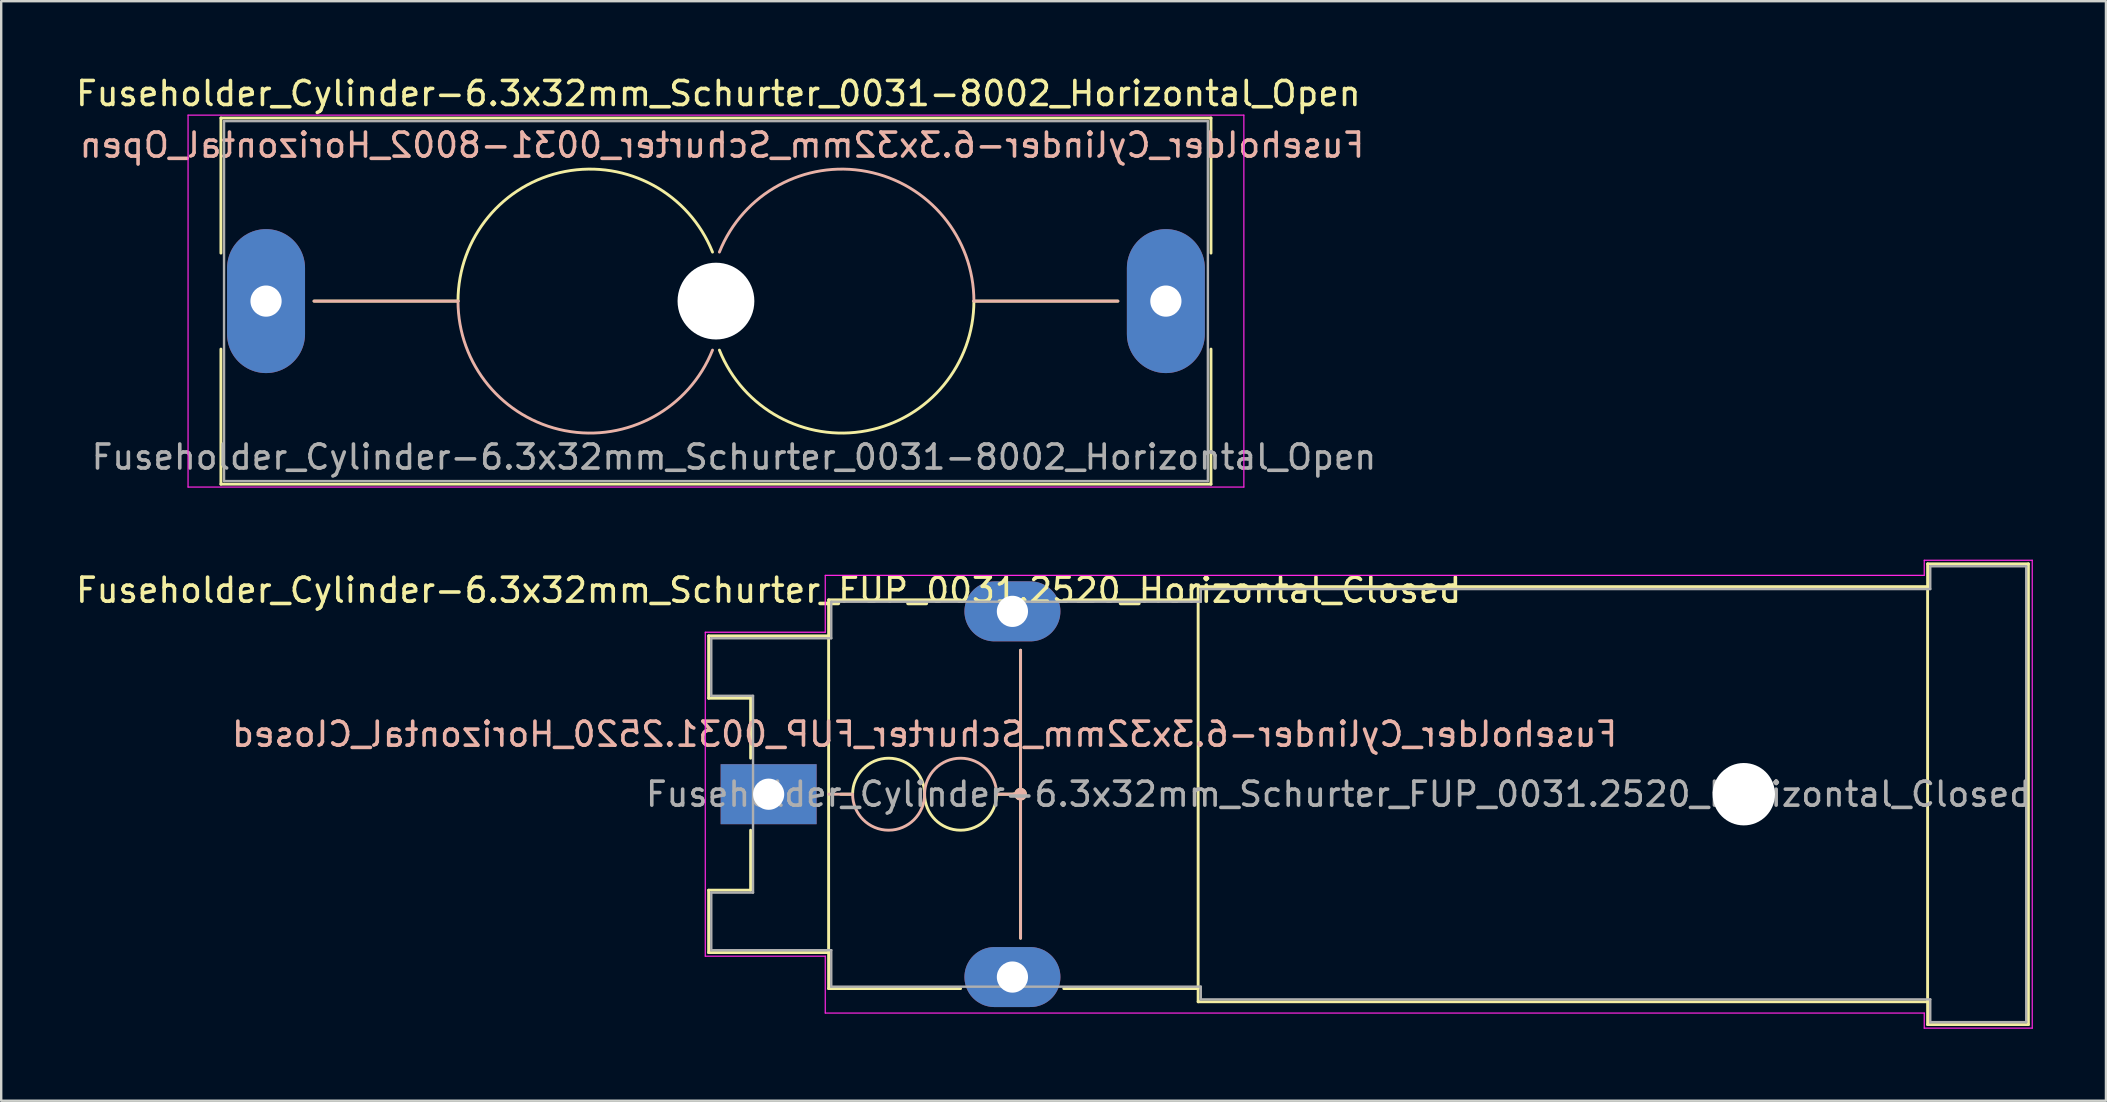
<source format=kicad_pcb>
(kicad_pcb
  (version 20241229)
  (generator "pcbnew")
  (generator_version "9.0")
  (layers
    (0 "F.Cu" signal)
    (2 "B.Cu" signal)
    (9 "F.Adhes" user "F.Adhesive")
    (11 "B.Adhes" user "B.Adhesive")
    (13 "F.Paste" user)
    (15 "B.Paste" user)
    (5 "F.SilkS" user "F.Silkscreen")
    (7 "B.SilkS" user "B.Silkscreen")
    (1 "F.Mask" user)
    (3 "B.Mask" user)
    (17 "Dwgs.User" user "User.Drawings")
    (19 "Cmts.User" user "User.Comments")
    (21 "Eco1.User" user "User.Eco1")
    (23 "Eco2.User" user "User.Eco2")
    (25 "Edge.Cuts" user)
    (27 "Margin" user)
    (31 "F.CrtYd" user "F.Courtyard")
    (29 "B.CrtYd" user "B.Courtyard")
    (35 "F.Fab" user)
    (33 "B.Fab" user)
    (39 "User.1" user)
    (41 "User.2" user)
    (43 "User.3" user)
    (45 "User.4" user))
  (footprint "Fuseholder_Cylinder-6.3x32mm_Schurter_0031-8002_Horizontal_Open"
    (layer "F.Cu")
    (at 8.037 9.498)
    (property "Reference" "Fuseholder_Cylinder-6.3x32mm_Schurter_0031-8002_Horizontal_Open" (at 18.85 -8.65 0) (layer "F.SilkS") (effects (font (size 1 1) (thickness 0.15))))
    (fp_line (start -1.88 -7.63) (end -1.88 -2) (stroke (width 0.12) (type solid)) (layer "F.SilkS"))
    (fp_line (start -1.88 -7.63) (end 39.38 -7.63) (stroke (width 0.12) (type solid)) (layer "F.SilkS"))
    (fp_line (start -1.88 2) (end -1.88 7.63) (stroke (width 0.12) (type solid)) (layer "F.SilkS"))
    (fp_line (start 2 0) (end 8 0) (stroke (width 0.12) (type solid)) (layer "F.SilkS"))
    (fp_line (start 29.5 0) (end 35.5 0) (stroke (width 0.12) (type solid)) (layer "F.SilkS"))
    (fp_line (start 39.38 -7.63) (end 39.38 -2) (stroke (width 0.12) (type solid)) (layer "F.SilkS"))
    (fp_line (start 39.38 2) (end 39.38 7.63) (stroke (width 0.12) (type solid)) (layer "F.SilkS"))
    (fp_line (start 39.38 7.63) (end -1.88 7.63) (stroke (width 0.12) (type solid)) (layer "F.SilkS"))
    (fp_arc (start 8 0) (mid 12.459909 -5.40076) (end 18.606622 -2.042649) (stroke (width 0.12) (type solid)) (layer "F.SilkS"))
    (fp_arc (start 29.5 0) (mid 25.040091 5.40076) (end 18.893378 2.042649) (stroke (width 0.12) (type solid)) (layer "F.SilkS"))
    (fp_line (start 8 0) (end 2 0) (stroke (width 0.12) (type solid)) (layer "B.SilkS"))
    (fp_line (start 35.5 0) (end 29.5 0) (stroke (width 0.12) (type solid)) (layer "B.SilkS"))
    (fp_arc (start 18.606622 2.042649) (mid 12.459908 5.40076) (end 8 0) (stroke (width 0.12) (type solid)) (layer "B.SilkS"))
    (fp_arc (start 18.893378 -2.042649) (mid 25.040092 -5.40076) (end 29.5 0) (stroke (width 0.12) (type solid)) (layer "B.SilkS"))
    (fp_line (start -3.25 -7.75) (end -3.25 7.75) (stroke (width 0.05) (type solid)) (layer "F.CrtYd"))
    (fp_line (start -3.25 -7.75) (end 40.75 -7.75) (stroke (width 0.05) (type solid)) (layer "F.CrtYd"))
    (fp_line (start 40.75 7.75) (end -3.25 7.75) (stroke (width 0.05) (type solid)) (layer "F.CrtYd"))
    (fp_line (start 40.75 7.75) (end 40.75 -7.75) (stroke (width 0.05) (type solid)) (layer "F.CrtYd"))
    (fp_line (start -1.75 -7.5) (end -1.75 7.5) (stroke (width 0.1) (type solid)) (layer "F.Fab"))
    (fp_line (start -1.75 7.5) (end 39.25 7.5) (stroke (width 0.1) (type solid)) (layer "F.Fab"))
    (fp_line (start 39.25 -7.5) (end -1.75 -7.5) (stroke (width 0.1) (type solid)) (layer "F.Fab"))
    (fp_line (start 39.25 7.5) (end 39.25 -7.5) (stroke (width 0.1) (type solid)) (layer "F.Fab"))
    (fp_text user "${REFERENCE}" (at 19 -6.5 0) (layer "B.SilkS") (effects (font (size 1 1) (thickness 0.15)) (justify mirror)))
    (fp_text user "${REFERENCE}" (at 19.5 6.5 0) (layer "F.Fab") (effects (font (size 1 1) (thickness 0.15))))
    (pad "" np_thru_hole circle (at 18.75 0) (size 3.2 3.2) (drill 3.2) (layers "*.Cu" "*.Mask"))
    (pad "1" thru_hole oval (at 0 0) (size 3.25 6) (drill 1.3) (layers "*.Cu" "*.Mask"))
    (pad "2" thru_hole oval (at 37.5 0) (size 3.25 6) (drill 1.3) (layers "*.Cu" "*.Mask")))
  (footprint "Fuseholder_Cylinder-6.3x32mm_Schurter_FUP_0031.2520_Horizontal_Closed"
    (layer "F.Cu")
    (at 28.982 30.048)
    (property "Reference" "Fuseholder_Cylinder-6.3x32mm_Schurter_FUP_0031.2520_Horizontal_Closed" (at 0 -8.5 0) (layer "F.SilkS") (effects (font (size 1 1) (thickness 0.15))))
    (fp_line (start -2.5 -6.6) (end 2.5 -6.6) (stroke (width 0.12) (type solid)) (layer "F.SilkS"))
    (fp_line (start -2.5 -4) (end -2.5 -6.6) (stroke (width 0.12) (type solid)) (layer "F.SilkS"))
    (fp_line (start -2.5 4) (end -0.75 4) (stroke (width 0.12) (type solid)) (layer "F.SilkS"))
    (fp_line (start -2.5 6.6) (end -2.5 4) (stroke (width 0.12) (type solid)) (layer "F.SilkS"))
    (fp_line (start -2.5 6.6) (end 2.5 6.6) (stroke (width 0.12) (type solid)) (layer "F.SilkS"))
    (fp_line (start -0.75 -4) (end -2.5 -4) (stroke (width 0.12) (type solid)) (layer "F.SilkS"))
    (fp_line (start -0.75 -1.5) (end -0.75 -4) (stroke (width 0.12) (type solid)) (layer "F.SilkS"))
    (fp_line (start -0.75 4) (end -0.75 1.5) (stroke (width 0.12) (type solid)) (layer "F.SilkS"))
    (fp_line (start 2.5 -8.1) (end 8 -8.1) (stroke (width 0.12) (type solid)) (layer "F.SilkS"))
    (fp_line (start 2.5 8.1) (end 2.5 -8.1) (stroke (width 0.12) (type solid)) (layer "F.SilkS"))
    (fp_line (start 2.5 8.1) (end 8 8.1) (stroke (width 0.12) (type solid)) (layer "F.SilkS"))
    (fp_line (start 3.5 0) (end 3 0) (stroke (width 0.12) (type solid)) (layer "F.SilkS"))
    (fp_line (start 9.5 0) (end 10.5 0) (stroke (width 0.12) (type solid)) (layer "F.SilkS"))
    (fp_line (start 10.2 0) (end 10.5 0) (stroke (width 0.12) (type solid)) (layer "F.SilkS"))
    (fp_line (start 10.5 0) (end 10.5 -6) (stroke (width 0.12) (type solid)) (layer "F.SilkS"))
    (fp_line (start 10.5 0) (end 10.5 6) (stroke (width 0.12) (type solid)) (layer "F.SilkS"))
    (fp_line (start 12.3 -8.1) (end 17.9 -8.1) (stroke (width 0.12) (type solid)) (layer "F.SilkS"))
    (fp_line (start 12.3 8.1) (end 17.9 8.1) (stroke (width 0.12) (type solid)) (layer "F.SilkS"))
    (fp_line (start 17.9 -8.65) (end 48.3 -8.65) (stroke (width 0.12) (type solid)) (layer "F.SilkS"))
    (fp_line (start 17.9 8.65) (end 17.9 -8.65) (stroke (width 0.12) (type solid)) (layer "F.SilkS"))
    (fp_line (start 17.9 8.65) (end 48.3 8.65) (stroke (width 0.12) (type solid)) (layer "F.SilkS"))
    (fp_line (start 48.3 -9.6) (end 52.5 -9.6) (stroke (width 0.12) (type solid)) (layer "F.SilkS"))
    (fp_line (start 48.3 9.6) (end 48.3 -9.6) (stroke (width 0.12) (type solid)) (layer "F.SilkS"))
    (fp_line (start 48.3 9.6) (end 52.5 9.6) (stroke (width 0.12) (type solid)) (layer "F.SilkS"))
    (fp_line (start 52.5 -9.6) (end 52.5 9.6) (stroke (width 0.12) (type solid)) (layer "F.SilkS"))
    (fp_arc (start 3.5 0) (mid 5 -1.5) (end 6.5 0) (stroke (width 0.12) (type solid)) (layer "F.SilkS"))
    (fp_arc (start 9.5 0) (mid 8 1.5) (end 6.5 0) (stroke (width 0.12) (type solid)) (layer "F.SilkS"))
    (fp_circle (center 10.5 0) (end 10.6 -0.025) (stroke (width 0.12) (type solid)) (fill no) (layer "F.SilkS"))
    (fp_circle (center 10.5 0) (end 10.675 -0.1) (stroke (width 0.12) (type solid)) (fill no) (layer "F.SilkS"))
    (fp_line (start 3.5 0) (end 2.5 0) (stroke (width 0.12) (type solid)) (layer "B.SilkS"))
    (fp_line (start 9.5 0) (end 10.5 0) (stroke (width 0.12) (type solid)) (layer "B.SilkS"))
    (fp_line (start 10.2 0) (end 10.5 0) (stroke (width 0.12) (type solid)) (layer "B.SilkS"))
    (fp_line (start 10.5 0) (end 10.5 -6) (stroke (width 0.12) (type solid)) (layer "B.SilkS"))
    (fp_line (start 10.5 0) (end 10.5 6) (stroke (width 0.12) (type solid)) (layer "B.SilkS"))
    (fp_arc (start 6.5 0) (mid 5 1.5) (end 3.5 0) (stroke (width 0.12) (type solid)) (layer "B.SilkS"))
    (fp_arc (start 6.5 0) (mid 8 -1.5) (end 9.5 0) (stroke (width 0.12) (type solid)) (layer "B.SilkS"))
    (fp_circle (center 10.5 0) (end 10.6 0.025) (stroke (width 0.12) (type solid)) (fill no) (layer "B.SilkS"))
    (fp_circle (center 10.5 0) (end 10.675 0.1) (stroke (width 0.12) (type solid)) (fill no) (layer "B.SilkS"))
    (fp_line (start -2.64 -6.75) (end 2.36 -6.75) (stroke (width 0.05) (type solid)) (layer "F.CrtYd"))
    (fp_line (start -2.64 6.75) (end -2.64 -6.75) (stroke (width 0.05) (type solid)) (layer "F.CrtYd"))
    (fp_line (start -2.64 6.75) (end 2.36 6.75) (stroke (width 0.05) (type solid)) (layer "F.CrtYd"))
    (fp_line (start 2.36 -9.12) (end 2.36 -6.75) (stroke (width 0.05) (type solid)) (layer "F.CrtYd"))
    (fp_line (start 2.36 -9.12) (end 48.16 -9.12) (stroke (width 0.05) (type solid)) (layer "F.CrtYd"))
    (fp_line (start 2.36 6.75) (end 2.36 9.12) (stroke (width 0.05) (type solid)) (layer "F.CrtYd"))
    (fp_line (start 48.16 -9.75) (end 48.16 -9.12) (stroke (width 0.05) (type solid)) (layer "F.CrtYd"))
    (fp_line (start 48.16 -9.75) (end 52.66 -9.75) (stroke (width 0.05) (type solid)) (layer "F.CrtYd"))
    (fp_line (start 48.16 9.12) (end 2.36 9.12) (stroke (width 0.05) (type solid)) (layer "F.CrtYd"))
    (fp_line (start 48.16 9.12) (end 48.16 9.75) (stroke (width 0.05) (type solid)) (layer "F.CrtYd"))
    (fp_line (start 48.16 9.75) (end 52.66 9.75) (stroke (width 0.05) (type solid)) (layer "F.CrtYd"))
    (fp_line (start 52.66 -9.75) (end 52.66 9.75) (stroke (width 0.05) (type solid)) (layer "F.CrtYd"))
    (fp_line (start -2.39 -4.1) (end -2.39 -6.5) (stroke (width 0.1) (type solid)) (layer "F.Fab"))
    (fp_line (start -2.39 -4.1) (end -0.65 -4.1) (stroke (width 0.1) (type solid)) (layer "F.Fab"))
    (fp_line (start -2.39 4.1) (end -2.39 6.5) (stroke (width 0.1) (type solid)) (layer "F.Fab"))
    (fp_line (start -2.39 6.5) (end 2.61 6.5) (stroke (width 0.1) (type solid)) (layer "F.Fab"))
    (fp_line (start -0.65 -4.1) (end -0.65 4.1) (stroke (width 0.1) (type solid)) (layer "F.Fab"))
    (fp_line (start -0.65 4.1) (end -2.39 4.1) (stroke (width 0.1) (type solid)) (layer "F.Fab"))
    (fp_line (start 2.61 -8.02) (end 2.61 -6.5) (stroke (width 0.1) (type solid)) (layer "F.Fab"))
    (fp_line (start 2.61 -6.5) (end -2.39 -6.5) (stroke (width 0.1) (type solid)) (layer "F.Fab"))
    (fp_line (start 2.61 6.5) (end 2.61 8.02) (stroke (width 0.1) (type solid)) (layer "F.Fab"))
    (fp_line (start 2.61 8.02) (end 18.01 8.02) (stroke (width 0.1) (type solid)) (layer "F.Fab"))
    (fp_line (start 18.01 -8.55) (end 18.01 -8.02) (stroke (width 0.1) (type solid)) (layer "F.Fab"))
    (fp_line (start 18.01 -8.02) (end 2.61 -8.02) (stroke (width 0.1) (type solid)) (layer "F.Fab"))
    (fp_line (start 18.01 8.02) (end 18.01 8.55) (stroke (width 0.1) (type solid)) (layer "F.Fab"))
    (fp_line (start 18.01 8.55) (end 48.41 8.55) (stroke (width 0.1) (type solid)) (layer "F.Fab"))
    (fp_line (start 48.41 -9.5) (end 48.41 -8.55) (stroke (width 0.1) (type solid)) (layer "F.Fab"))
    (fp_line (start 48.41 -8.55) (end 18.01 -8.55) (stroke (width 0.1) (type solid)) (layer "F.Fab"))
    (fp_line (start 48.41 8.55) (end 48.41 9.5) (stroke (width 0.1) (type solid)) (layer "F.Fab"))
    (fp_line (start 48.41 9.5) (end 52.41 9.5) (stroke (width 0.1) (type solid)) (layer "F.Fab"))
    (fp_line (start 52.41 -9.5) (end 48.41 -9.5) (stroke (width 0.1) (type solid)) (layer "F.Fab"))
    (fp_line (start 52.41 -9.5) (end 52.41 9.5) (stroke (width 0.1) (type solid)) (layer "F.Fab"))
    (fp_text user "${REFERENCE}" (at 6.5 -2.5 0) (layer "B.SilkS") (effects (font (size 1 1) (thickness 0.15)) (justify mirror)))
    (fp_text user "${REFERENCE}" (at 23.75 0 0) (layer "F.Fab") (effects (font (size 1 1) (thickness 0.15))))
    (pad "" np_thru_hole circle (at 40.64 0) (size 2.6 2.6) (drill 2.6) (layers "*.Cu" "*.Mask"))
    (pad "1" thru_hole rect (at 0 0) (size 4 2.5) (drill 1.3) (layers "*.Cu" "*.Mask"))
    (pad "2" thru_hole oval (at 10.16 -7.62) (size 4 2.5) (drill 1.3) (layers "*.Cu" "*.Mask"))
    (pad "2" thru_hole oval (at 10.16 7.62) (size 4 2.5) (drill 1.3) (layers "*.Cu" "*.Mask")))
  (gr_rect
    (start -3 -3)
    (end 84.714 42.823)
    (stroke (width 0.1) (type default))
    (fill no)
    (layer "Edge.Cuts")))
</source>
